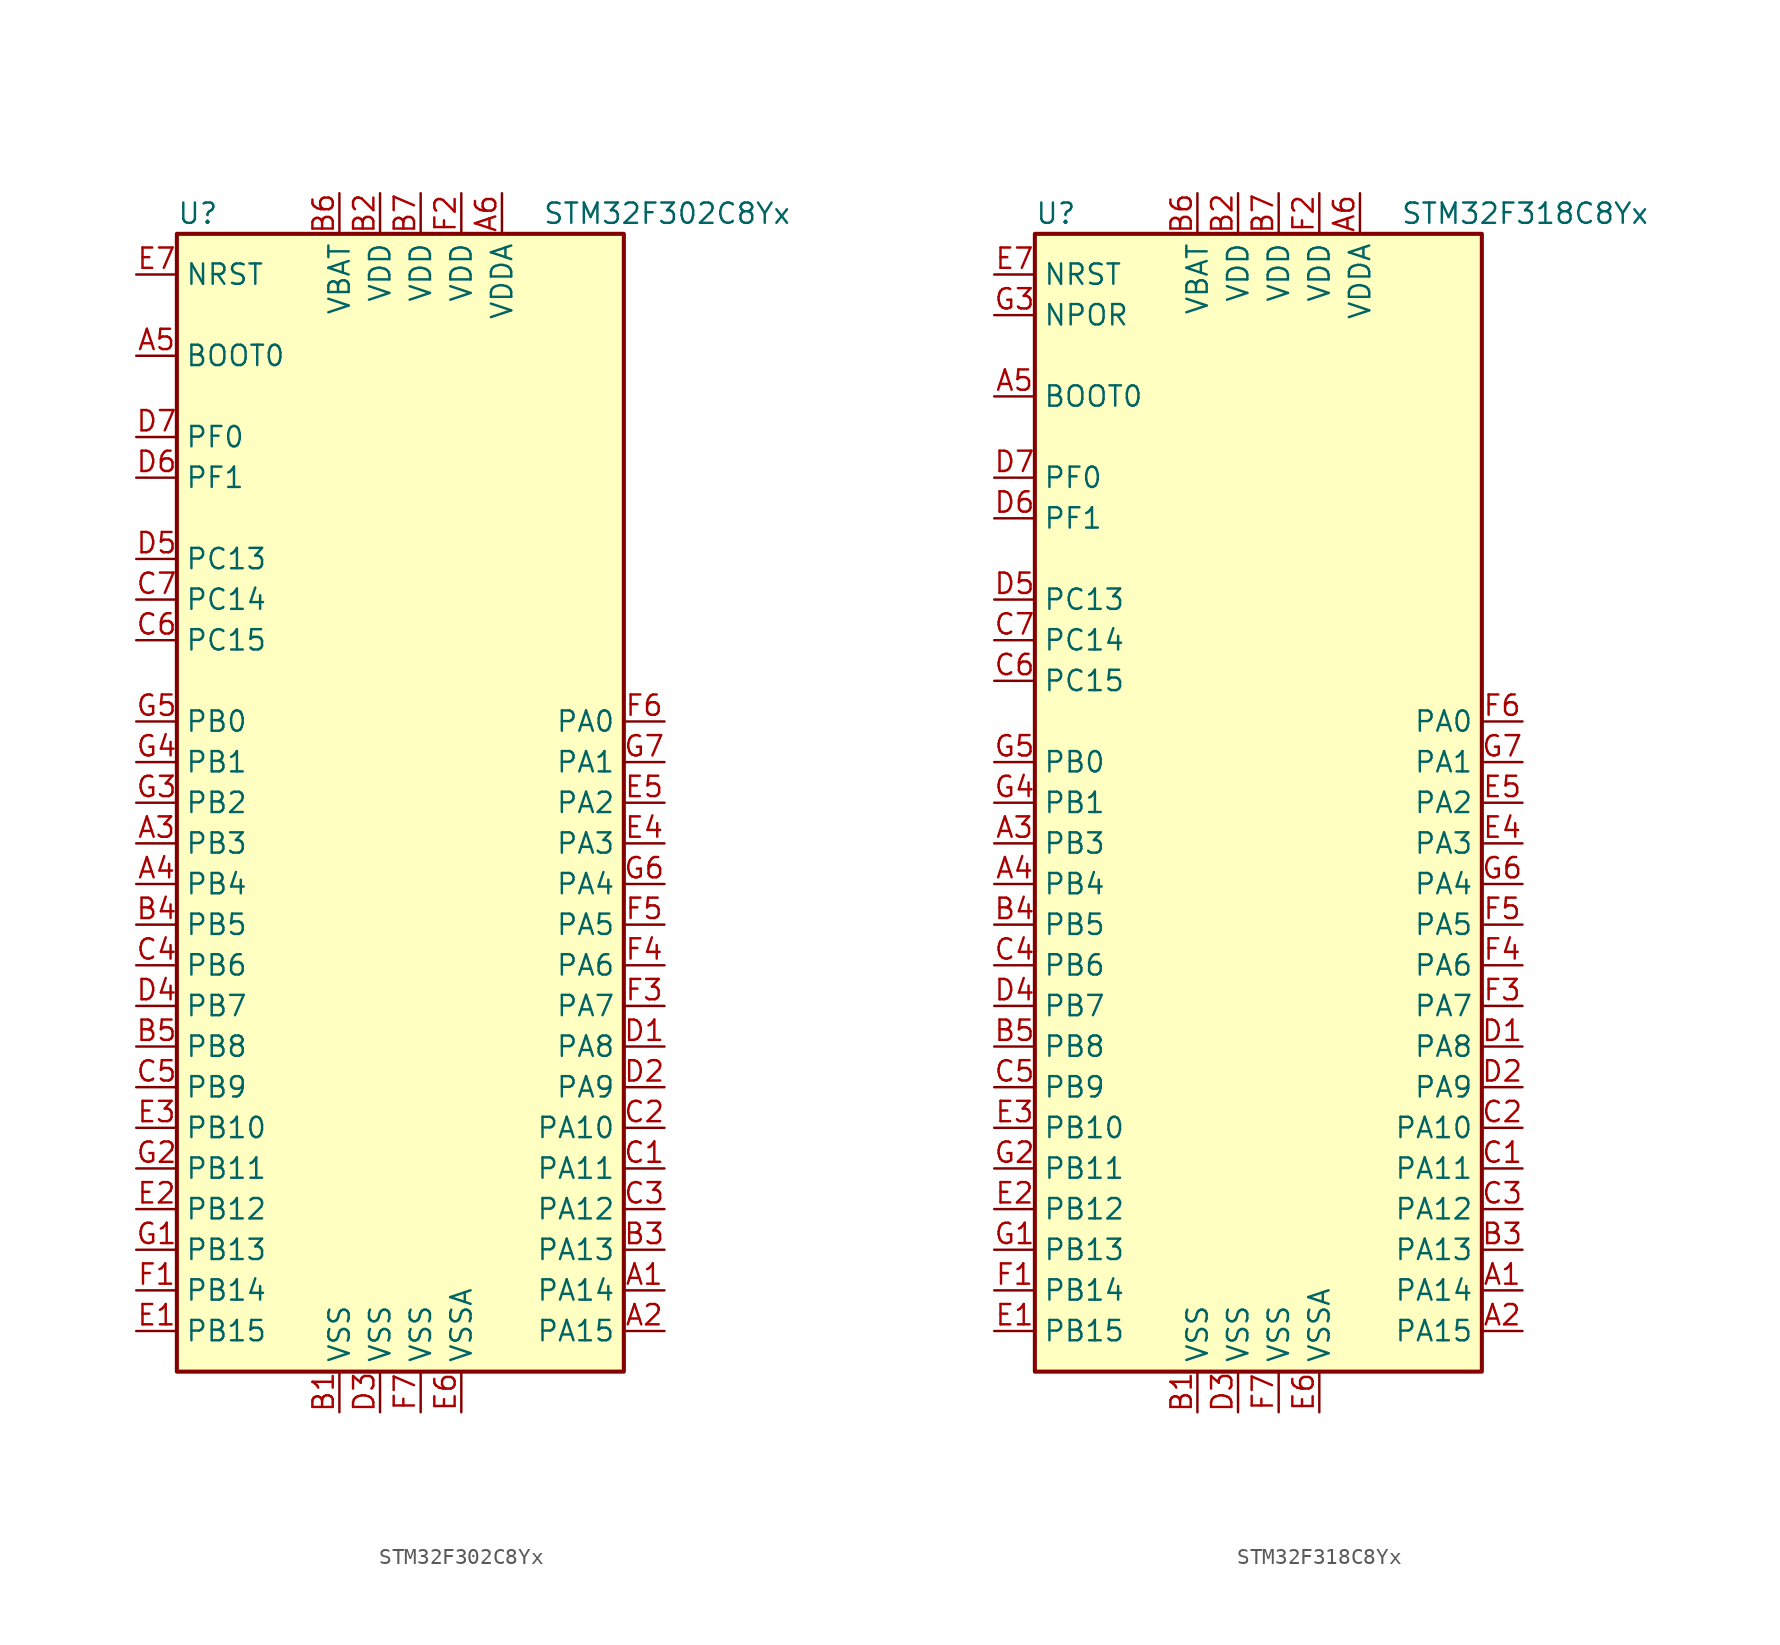
<source format=kicad_sym>
(kicad_symbol_lib
  (version 20200908)
  (generator kicad_symbol_editor)
  (symbol "MCU_ST_STM32F3:STM32F302C8Yx"
    (property "Reference" "U"
      (at -15.24 36.83 0)
      (effects (font (size 1.27 1.27)) (justify left)))
    (property "Value" "STM32F302C8Yx"
      (at 7.62 36.83 0)
      (effects (font (size 1.27 1.27)) (justify left)))
    (symbol "STM32F302C8Yx_0_1"
      (rectangle (start -15.24 -35.56) (end 12.7 35.56) (stroke (width 0.254)) (fill (type background))))
    (symbol "STM32F302C8Yx_1_1"
      (pin input line (at -17.78 27.94 0) (length 2.54) (name "BOOT0" (effects (font (size 1.27 1.27)))) (number "A5" (effects (font (size 1.27 1.27)))))
      (pin unconnected line (at -15.24 -33.02 0) (length 2.54) hide (name "NC" (effects (font (size 1.27 1.27)))) (number "A7" (effects (font (size 1.27 1.27)))))
      (pin input line (at -17.78 33.02 0) (length 2.54) (name "NRST" (effects (font (size 1.27 1.27)))) (number "E7" (effects (font (size 1.27 1.27)))))
      (pin bidirectional line (at 15.24 5.08 180) (length 2.54) (name "PA0" (effects (font (size 1.27 1.27)))) (number "F6" (effects (font (size 1.27 1.27)))))
      (pin bidirectional line (at 15.24 2.54 180) (length 2.54) (name "PA1" (effects (font (size 1.27 1.27)))) (number "G7" (effects (font (size 1.27 1.27)))))
      (pin bidirectional line (at 15.24 -20.32 180) (length 2.54) (name "PA10" (effects (font (size 1.27 1.27)))) (number "C2" (effects (font (size 1.27 1.27)))))
      (pin bidirectional line (at 15.24 -22.86 180) (length 2.54) (name "PA11" (effects (font (size 1.27 1.27)))) (number "C1" (effects (font (size 1.27 1.27)))))
      (pin bidirectional line (at 15.24 -25.4 180) (length 2.54) (name "PA12" (effects (font (size 1.27 1.27)))) (number "C3" (effects (font (size 1.27 1.27)))))
      (pin bidirectional line (at 15.24 -27.94 180) (length 2.54) (name "PA13" (effects (font (size 1.27 1.27)))) (number "B3" (effects (font (size 1.27 1.27)))))
      (pin bidirectional line (at 15.24 -30.48 180) (length 2.54) (name "PA14" (effects (font (size 1.27 1.27)))) (number "A1" (effects (font (size 1.27 1.27)))))
      (pin bidirectional line (at 15.24 -33.02 180) (length 2.54) (name "PA15" (effects (font (size 1.27 1.27)))) (number "A2" (effects (font (size 1.27 1.27)))))
      (pin bidirectional line (at 15.24 0 180) (length 2.54) (name "PA2" (effects (font (size 1.27 1.27)))) (number "E5" (effects (font (size 1.27 1.27)))))
      (pin bidirectional line (at 15.24 -2.54 180) (length 2.54) (name "PA3" (effects (font (size 1.27 1.27)))) (number "E4" (effects (font (size 1.27 1.27)))))
      (pin bidirectional line (at 15.24 -5.08 180) (length 2.54) (name "PA4" (effects (font (size 1.27 1.27)))) (number "G6" (effects (font (size 1.27 1.27)))))
      (pin bidirectional line (at 15.24 -7.62 180) (length 2.54) (name "PA5" (effects (font (size 1.27 1.27)))) (number "F5" (effects (font (size 1.27 1.27)))))
      (pin bidirectional line (at 15.24 -10.16 180) (length 2.54) (name "PA6" (effects (font (size 1.27 1.27)))) (number "F4" (effects (font (size 1.27 1.27)))))
      (pin bidirectional line (at 15.24 -12.7 180) (length 2.54) (name "PA7" (effects (font (size 1.27 1.27)))) (number "F3" (effects (font (size 1.27 1.27)))))
      (pin bidirectional line (at 15.24 -15.24 180) (length 2.54) (name "PA8" (effects (font (size 1.27 1.27)))) (number "D1" (effects (font (size 1.27 1.27)))))
      (pin bidirectional line (at 15.24 -17.78 180) (length 2.54) (name "PA9" (effects (font (size 1.27 1.27)))) (number "D2" (effects (font (size 1.27 1.27)))))
      (pin bidirectional line (at -17.78 5.08 0) (length 2.54) (name "PB0" (effects (font (size 1.27 1.27)))) (number "G5" (effects (font (size 1.27 1.27)))))
      (pin bidirectional line (at -17.78 2.54 0) (length 2.54) (name "PB1" (effects (font (size 1.27 1.27)))) (number "G4" (effects (font (size 1.27 1.27)))))
      (pin bidirectional line (at -17.78 -20.32 0) (length 2.54) (name "PB10" (effects (font (size 1.27 1.27)))) (number "E3" (effects (font (size 1.27 1.27)))))
      (pin bidirectional line (at -17.78 -22.86 0) (length 2.54) (name "PB11" (effects (font (size 1.27 1.27)))) (number "G2" (effects (font (size 1.27 1.27)))))
      (pin bidirectional line (at -17.78 -25.4 0) (length 2.54) (name "PB12" (effects (font (size 1.27 1.27)))) (number "E2" (effects (font (size 1.27 1.27)))))
      (pin bidirectional line (at -17.78 -27.94 0) (length 2.54) (name "PB13" (effects (font (size 1.27 1.27)))) (number "G1" (effects (font (size 1.27 1.27)))))
      (pin bidirectional line (at -17.78 -30.48 0) (length 2.54) (name "PB14" (effects (font (size 1.27 1.27)))) (number "F1" (effects (font (size 1.27 1.27)))))
      (pin bidirectional line (at -17.78 -33.02 0) (length 2.54) (name "PB15" (effects (font (size 1.27 1.27)))) (number "E1" (effects (font (size 1.27 1.27)))))
      (pin bidirectional line (at -17.78 0 0) (length 2.54) (name "PB2" (effects (font (size 1.27 1.27)))) (number "G3" (effects (font (size 1.27 1.27)))))
      (pin bidirectional line (at -17.78 -2.54 0) (length 2.54) (name "PB3" (effects (font (size 1.27 1.27)))) (number "A3" (effects (font (size 1.27 1.27)))))
      (pin bidirectional line (at -17.78 -5.08 0) (length 2.54) (name "PB4" (effects (font (size 1.27 1.27)))) (number "A4" (effects (font (size 1.27 1.27)))))
      (pin bidirectional line (at -17.78 -7.62 0) (length 2.54) (name "PB5" (effects (font (size 1.27 1.27)))) (number "B4" (effects (font (size 1.27 1.27)))))
      (pin bidirectional line (at -17.78 -10.16 0) (length 2.54) (name "PB6" (effects (font (size 1.27 1.27)))) (number "C4" (effects (font (size 1.27 1.27)))))
      (pin bidirectional line (at -17.78 -12.7 0) (length 2.54) (name "PB7" (effects (font (size 1.27 1.27)))) (number "D4" (effects (font (size 1.27 1.27)))))
      (pin bidirectional line (at -17.78 -15.24 0) (length 2.54) (name "PB8" (effects (font (size 1.27 1.27)))) (number "B5" (effects (font (size 1.27 1.27)))))
      (pin bidirectional line (at -17.78 -17.78 0) (length 2.54) (name "PB9" (effects (font (size 1.27 1.27)))) (number "C5" (effects (font (size 1.27 1.27)))))
      (pin bidirectional line (at -17.78 15.24 0) (length 2.54) (name "PC13" (effects (font (size 1.27 1.27)))) (number "D5" (effects (font (size 1.27 1.27)))))
      (pin bidirectional line (at -17.78 12.7 0) (length 2.54) (name "PC14" (effects (font (size 1.27 1.27)))) (number "C7" (effects (font (size 1.27 1.27)))))
      (pin bidirectional line (at -17.78 10.16 0) (length 2.54) (name "PC15" (effects (font (size 1.27 1.27)))) (number "C6" (effects (font (size 1.27 1.27)))))
      (pin input line (at -17.78 22.86 0) (length 2.54) (name "PF0" (effects (font (size 1.27 1.27)))) (number "D7" (effects (font (size 1.27 1.27)))))
      (pin input line (at -17.78 20.32 0) (length 2.54) (name "PF1" (effects (font (size 1.27 1.27)))) (number "D6" (effects (font (size 1.27 1.27)))))
      (pin power_in line (at -5.08 38.1 270) (length 2.54) (name "VBAT" (effects (font (size 1.27 1.27)))) (number "B6" (effects (font (size 1.27 1.27)))))
      (pin power_in line (at -2.54 38.1 270) (length 2.54) (name "VDD" (effects (font (size 1.27 1.27)))) (number "B2" (effects (font (size 1.27 1.27)))))
      (pin power_in line (at 0 38.1 270) (length 2.54) (name "VDD" (effects (font (size 1.27 1.27)))) (number "B7" (effects (font (size 1.27 1.27)))))
      (pin power_in line (at 2.54 38.1 270) (length 2.54) (name "VDD" (effects (font (size 1.27 1.27)))) (number "F2" (effects (font (size 1.27 1.27)))))
      (pin power_in line (at 5.08 38.1 270) (length 2.54) (name "VDDA" (effects (font (size 1.27 1.27)))) (number "A6" (effects (font (size 1.27 1.27)))))
      (pin power_in line (at -5.08 -38.1 90) (length 2.54) (name "VSS" (effects (font (size 1.27 1.27)))) (number "B1" (effects (font (size 1.27 1.27)))))
      (pin power_in line (at -2.54 -38.1 90) (length 2.54) (name "VSS" (effects (font (size 1.27 1.27)))) (number "D3" (effects (font (size 1.27 1.27)))))
      (pin power_in line (at 0 -38.1 90) (length 2.54) (name "VSS" (effects (font (size 1.27 1.27)))) (number "F7" (effects (font (size 1.27 1.27)))))
      (pin power_in line (at 2.54 -38.1 90) (length 2.54) (name "VSSA" (effects (font (size 1.27 1.27)))) (number "E6" (effects (font (size 1.27 1.27)))))))
  (symbol "MCU_ST_STM32F3:STM32F318C8Yx"
    (property "Reference" "U"
      (at -15.24 36.83 0)
      (effects (font (size 1.27 1.27)) (justify left)))
    (property "Value" "STM32F318C8Yx"
      (at 7.62 36.83 0)
      (effects (font (size 1.27 1.27)) (justify left)))
    (symbol "STM32F318C8Yx_0_1"
      (rectangle (start -15.24 -35.56) (end 12.7 35.56) (stroke (width 0.254)) (fill (type background))))
    (symbol "STM32F318C8Yx_1_1"
      (pin input line (at -17.78 25.4 0) (length 2.54) (name "BOOT0" (effects (font (size 1.27 1.27)))) (number "A5" (effects (font (size 1.27 1.27)))))
      (pin unconnected line (at -15.24 -33.02 0) (length 2.54) hide (name "NC" (effects (font (size 1.27 1.27)))) (number "A7" (effects (font (size 1.27 1.27)))))
      (pin input line (at -17.78 30.48 0) (length 2.54) (name "NPOR" (effects (font (size 1.27 1.27)))) (number "G3" (effects (font (size 1.27 1.27)))))
      (pin input line (at -17.78 33.02 0) (length 2.54) (name "NRST" (effects (font (size 1.27 1.27)))) (number "E7" (effects (font (size 1.27 1.27)))))
      (pin bidirectional line (at 15.24 5.08 180) (length 2.54) (name "PA0" (effects (font (size 1.27 1.27)))) (number "F6" (effects (font (size 1.27 1.27)))))
      (pin bidirectional line (at 15.24 2.54 180) (length 2.54) (name "PA1" (effects (font (size 1.27 1.27)))) (number "G7" (effects (font (size 1.27 1.27)))))
      (pin bidirectional line (at 15.24 -20.32 180) (length 2.54) (name "PA10" (effects (font (size 1.27 1.27)))) (number "C2" (effects (font (size 1.27 1.27)))))
      (pin bidirectional line (at 15.24 -22.86 180) (length 2.54) (name "PA11" (effects (font (size 1.27 1.27)))) (number "C1" (effects (font (size 1.27 1.27)))))
      (pin bidirectional line (at 15.24 -25.4 180) (length 2.54) (name "PA12" (effects (font (size 1.27 1.27)))) (number "C3" (effects (font (size 1.27 1.27)))))
      (pin bidirectional line (at 15.24 -27.94 180) (length 2.54) (name "PA13" (effects (font (size 1.27 1.27)))) (number "B3" (effects (font (size 1.27 1.27)))))
      (pin bidirectional line (at 15.24 -30.48 180) (length 2.54) (name "PA14" (effects (font (size 1.27 1.27)))) (number "A1" (effects (font (size 1.27 1.27)))))
      (pin bidirectional line (at 15.24 -33.02 180) (length 2.54) (name "PA15" (effects (font (size 1.27 1.27)))) (number "A2" (effects (font (size 1.27 1.27)))))
      (pin bidirectional line (at 15.24 0 180) (length 2.54) (name "PA2" (effects (font (size 1.27 1.27)))) (number "E5" (effects (font (size 1.27 1.27)))))
      (pin bidirectional line (at 15.24 -2.54 180) (length 2.54) (name "PA3" (effects (font (size 1.27 1.27)))) (number "E4" (effects (font (size 1.27 1.27)))))
      (pin bidirectional line (at 15.24 -5.08 180) (length 2.54) (name "PA4" (effects (font (size 1.27 1.27)))) (number "G6" (effects (font (size 1.27 1.27)))))
      (pin bidirectional line (at 15.24 -7.62 180) (length 2.54) (name "PA5" (effects (font (size 1.27 1.27)))) (number "F5" (effects (font (size 1.27 1.27)))))
      (pin bidirectional line (at 15.24 -10.16 180) (length 2.54) (name "PA6" (effects (font (size 1.27 1.27)))) (number "F4" (effects (font (size 1.27 1.27)))))
      (pin bidirectional line (at 15.24 -12.7 180) (length 2.54) (name "PA7" (effects (font (size 1.27 1.27)))) (number "F3" (effects (font (size 1.27 1.27)))))
      (pin bidirectional line (at 15.24 -15.24 180) (length 2.54) (name "PA8" (effects (font (size 1.27 1.27)))) (number "D1" (effects (font (size 1.27 1.27)))))
      (pin bidirectional line (at 15.24 -17.78 180) (length 2.54) (name "PA9" (effects (font (size 1.27 1.27)))) (number "D2" (effects (font (size 1.27 1.27)))))
      (pin bidirectional line (at -17.78 2.54 0) (length 2.54) (name "PB0" (effects (font (size 1.27 1.27)))) (number "G5" (effects (font (size 1.27 1.27)))))
      (pin bidirectional line (at -17.78 0 0) (length 2.54) (name "PB1" (effects (font (size 1.27 1.27)))) (number "G4" (effects (font (size 1.27 1.27)))))
      (pin bidirectional line (at -17.78 -20.32 0) (length 2.54) (name "PB10" (effects (font (size 1.27 1.27)))) (number "E3" (effects (font (size 1.27 1.27)))))
      (pin bidirectional line (at -17.78 -22.86 0) (length 2.54) (name "PB11" (effects (font (size 1.27 1.27)))) (number "G2" (effects (font (size 1.27 1.27)))))
      (pin bidirectional line (at -17.78 -25.4 0) (length 2.54) (name "PB12" (effects (font (size 1.27 1.27)))) (number "E2" (effects (font (size 1.27 1.27)))))
      (pin bidirectional line (at -17.78 -27.94 0) (length 2.54) (name "PB13" (effects (font (size 1.27 1.27)))) (number "G1" (effects (font (size 1.27 1.27)))))
      (pin bidirectional line (at -17.78 -30.48 0) (length 2.54) (name "PB14" (effects (font (size 1.27 1.27)))) (number "F1" (effects (font (size 1.27 1.27)))))
      (pin bidirectional line (at -17.78 -33.02 0) (length 2.54) (name "PB15" (effects (font (size 1.27 1.27)))) (number "E1" (effects (font (size 1.27 1.27)))))
      (pin bidirectional line (at -17.78 -2.54 0) (length 2.54) (name "PB3" (effects (font (size 1.27 1.27)))) (number "A3" (effects (font (size 1.27 1.27)))))
      (pin bidirectional line (at -17.78 -5.08 0) (length 2.54) (name "PB4" (effects (font (size 1.27 1.27)))) (number "A4" (effects (font (size 1.27 1.27)))))
      (pin bidirectional line (at -17.78 -7.62 0) (length 2.54) (name "PB5" (effects (font (size 1.27 1.27)))) (number "B4" (effects (font (size 1.27 1.27)))))
      (pin bidirectional line (at -17.78 -10.16 0) (length 2.54) (name "PB6" (effects (font (size 1.27 1.27)))) (number "C4" (effects (font (size 1.27 1.27)))))
      (pin bidirectional line (at -17.78 -12.7 0) (length 2.54) (name "PB7" (effects (font (size 1.27 1.27)))) (number "D4" (effects (font (size 1.27 1.27)))))
      (pin bidirectional line (at -17.78 -15.24 0) (length 2.54) (name "PB8" (effects (font (size 1.27 1.27)))) (number "B5" (effects (font (size 1.27 1.27)))))
      (pin bidirectional line (at -17.78 -17.78 0) (length 2.54) (name "PB9" (effects (font (size 1.27 1.27)))) (number "C5" (effects (font (size 1.27 1.27)))))
      (pin bidirectional line (at -17.78 12.7 0) (length 2.54) (name "PC13" (effects (font (size 1.27 1.27)))) (number "D5" (effects (font (size 1.27 1.27)))))
      (pin bidirectional line (at -17.78 10.16 0) (length 2.54) (name "PC14" (effects (font (size 1.27 1.27)))) (number "C7" (effects (font (size 1.27 1.27)))))
      (pin bidirectional line (at -17.78 7.62 0) (length 2.54) (name "PC15" (effects (font (size 1.27 1.27)))) (number "C6" (effects (font (size 1.27 1.27)))))
      (pin input line (at -17.78 20.32 0) (length 2.54) (name "PF0" (effects (font (size 1.27 1.27)))) (number "D7" (effects (font (size 1.27 1.27)))))
      (pin input line (at -17.78 17.78 0) (length 2.54) (name "PF1" (effects (font (size 1.27 1.27)))) (number "D6" (effects (font (size 1.27 1.27)))))
      (pin power_in line (at -5.08 38.1 270) (length 2.54) (name "VBAT" (effects (font (size 1.27 1.27)))) (number "B6" (effects (font (size 1.27 1.27)))))
      (pin power_in line (at -2.54 38.1 270) (length 2.54) (name "VDD" (effects (font (size 1.27 1.27)))) (number "B2" (effects (font (size 1.27 1.27)))))
      (pin power_in line (at 0 38.1 270) (length 2.54) (name "VDD" (effects (font (size 1.27 1.27)))) (number "B7" (effects (font (size 1.27 1.27)))))
      (pin power_in line (at 2.54 38.1 270) (length 2.54) (name "VDD" (effects (font (size 1.27 1.27)))) (number "F2" (effects (font (size 1.27 1.27)))))
      (pin power_in line (at 5.08 38.1 270) (length 2.54) (name "VDDA" (effects (font (size 1.27 1.27)))) (number "A6" (effects (font (size 1.27 1.27)))))
      (pin power_in line (at -5.08 -38.1 90) (length 2.54) (name "VSS" (effects (font (size 1.27 1.27)))) (number "B1" (effects (font (size 1.27 1.27)))))
      (pin power_in line (at -2.54 -38.1 90) (length 2.54) (name "VSS" (effects (font (size 1.27 1.27)))) (number "D3" (effects (font (size 1.27 1.27)))))
      (pin power_in line (at 0 -38.1 90) (length 2.54) (name "VSS" (effects (font (size 1.27 1.27)))) (number "F7" (effects (font (size 1.27 1.27)))))
      (pin power_in line (at 2.54 -38.1 90) (length 2.54) (name "VSSA" (effects (font (size 1.27 1.27)))) (number "E6" (effects (font (size 1.27 1.27))))))))
</source>
